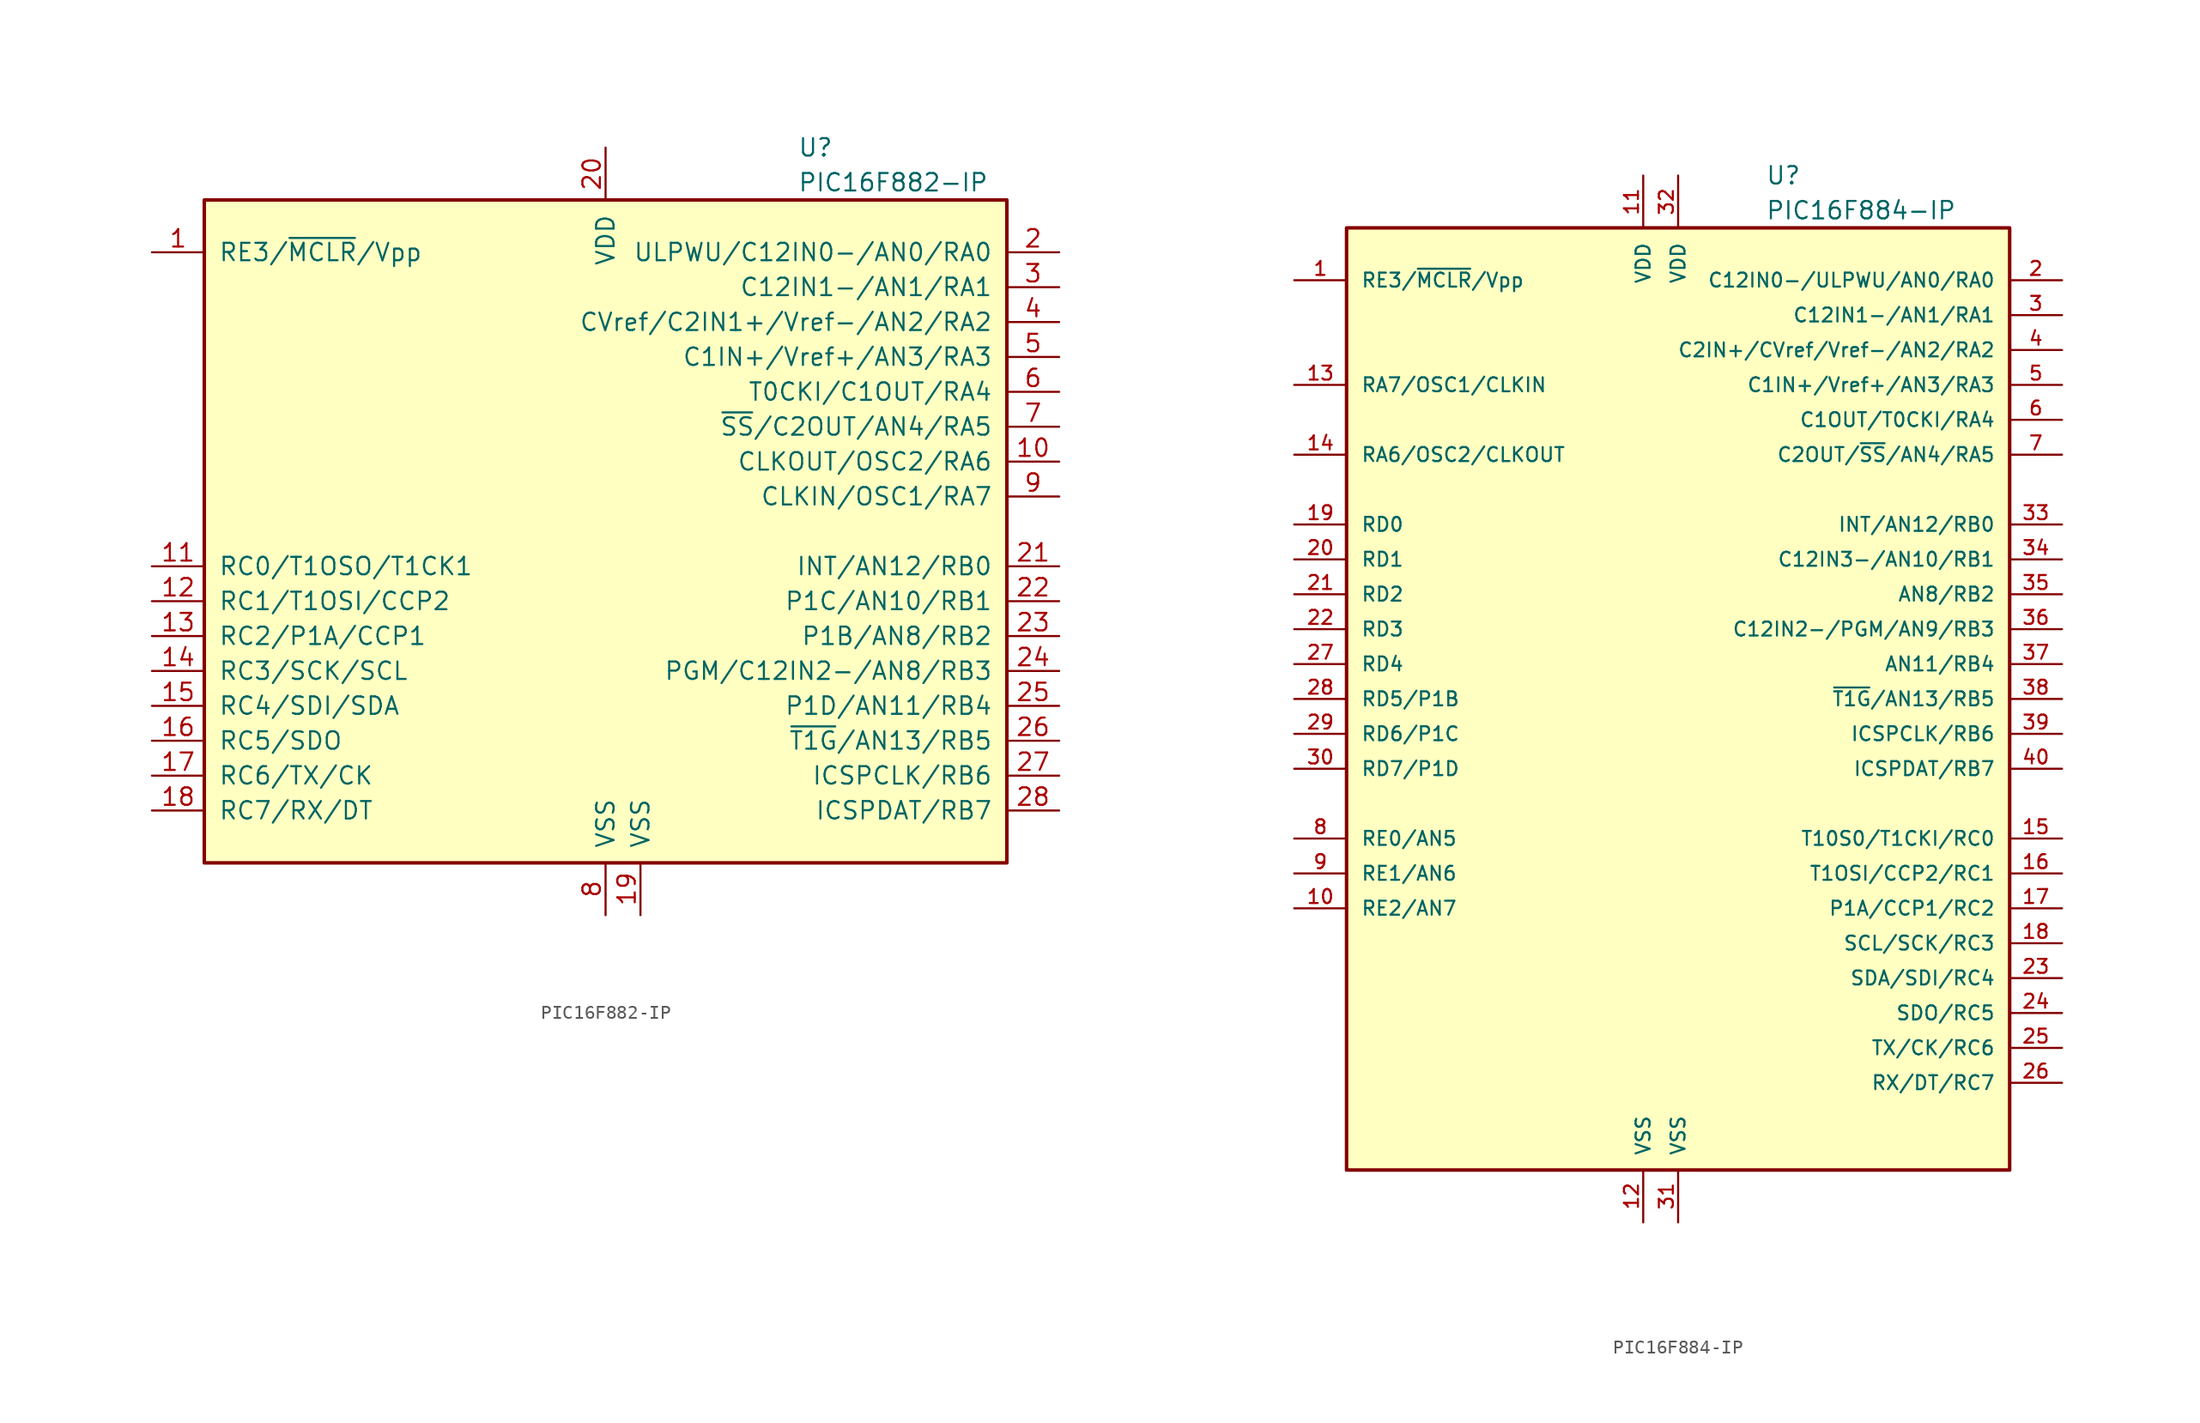
<source format=kicad_sym>
(kicad_symbol_lib
  (version 20220914)
  (generator kicad_symbol_editor)
  (symbol "PIC16F882-IP"
    (pin_names
      (offset 1.016))
    (property "Reference" "U"
      (at 13.97 27.94 0)
      (effects (font (size 1.27 1.27)) (justify left)))
    (property "Value" "PIC16F882-IP"
      (at 13.97 25.4 0)
      (effects (font (size 1.27 1.27)) (justify left)))
    (symbol "PIC16F882-IP_0_1"
      (rectangle (start -29.21 24.13) (end 29.21 -24.13) (stroke (width 0.254) (type default)) (fill (type background))))
    (symbol "PIC16F882-IP_1_1"
      (pin bidirectional line (at -33.02 20.32 0) (length 3.81) (name "RE3/~{MCLR}/Vpp" (effects (font (size 1.27 1.27)))) (number "1" (effects (font (size 1.27 1.27)))))
      (pin bidirectional line (at 33.02 5.08 180) (length 3.81) (name "CLKOUT/OSC2/RA6" (effects (font (size 1.27 1.27)))) (number "10" (effects (font (size 1.27 1.27)))))
      (pin bidirectional line (at -33.02 -2.54 0) (length 3.81) (name "RC0/T1OSO/T1CK1" (effects (font (size 1.27 1.27)))) (number "11" (effects (font (size 1.27 1.27)))))
      (pin bidirectional line (at -33.02 -5.08 0) (length 3.81) (name "RC1/T1OSI/CCP2" (effects (font (size 1.27 1.27)))) (number "12" (effects (font (size 1.27 1.27)))))
      (pin bidirectional line (at -33.02 -7.62 0) (length 3.81) (name "RC2/P1A/CCP1" (effects (font (size 1.27 1.27)))) (number "13" (effects (font (size 1.27 1.27)))))
      (pin bidirectional line (at -33.02 -10.16 0) (length 3.81) (name "RC3/SCK/SCL" (effects (font (size 1.27 1.27)))) (number "14" (effects (font (size 1.27 1.27)))))
      (pin bidirectional line (at -33.02 -12.7 0) (length 3.81) (name "RC4/SDI/SDA" (effects (font (size 1.27 1.27)))) (number "15" (effects (font (size 1.27 1.27)))))
      (pin bidirectional line (at -33.02 -15.24 0) (length 3.81) (name "RC5/SDO" (effects (font (size 1.27 1.27)))) (number "16" (effects (font (size 1.27 1.27)))))
      (pin bidirectional line (at -33.02 -17.78 0) (length 3.81) (name "RC6/TX/CK" (effects (font (size 1.27 1.27)))) (number "17" (effects (font (size 1.27 1.27)))))
      (pin bidirectional line (at -33.02 -20.32 0) (length 3.81) (name "RC7/RX/DT" (effects (font (size 1.27 1.27)))) (number "18" (effects (font (size 1.27 1.27)))))
      (pin power_in line (at 2.54 -27.94 90) (length 3.81) (name "VSS" (effects (font (size 1.27 1.27)))) (number "19" (effects (font (size 1.27 1.27)))))
      (pin bidirectional line (at 33.02 20.32 180) (length 3.81) (name "ULPWU/C12IN0-/AN0/RA0" (effects (font (size 1.27 1.27)))) (number "2" (effects (font (size 1.27 1.27)))))
      (pin power_in line (at 0 27.94 270) (length 3.81) (name "VDD" (effects (font (size 1.27 1.27)))) (number "20" (effects (font (size 1.27 1.27)))))
      (pin bidirectional line (at 33.02 -2.54 180) (length 3.81) (name "INT/AN12/RB0" (effects (font (size 1.27 1.27)))) (number "21" (effects (font (size 1.27 1.27)))))
      (pin bidirectional line (at 33.02 -5.08 180) (length 3.81) (name "P1C/AN10/RB1" (effects (font (size 1.27 1.27)))) (number "22" (effects (font (size 1.27 1.27)))))
      (pin bidirectional line (at 33.02 -7.62 180) (length 3.81) (name "P1B/AN8/RB2" (effects (font (size 1.27 1.27)))) (number "23" (effects (font (size 1.27 1.27)))))
      (pin bidirectional line (at 33.02 -10.16 180) (length 3.81) (name "PGM/C12IN2-/AN8/RB3" (effects (font (size 1.27 1.27)))) (number "24" (effects (font (size 1.27 1.27)))))
      (pin bidirectional line (at 33.02 -12.7 180) (length 3.81) (name "P1D/AN11/RB4" (effects (font (size 1.27 1.27)))) (number "25" (effects (font (size 1.27 1.27)))))
      (pin bidirectional line (at 33.02 -15.24 180) (length 3.81) (name "~{T1G}/AN13/RB5" (effects (font (size 1.27 1.27)))) (number "26" (effects (font (size 1.27 1.27)))))
      (pin bidirectional line (at 33.02 -17.78 180) (length 3.81) (name "ICSPCLK/RB6" (effects (font (size 1.27 1.27)))) (number "27" (effects (font (size 1.27 1.27)))))
      (pin bidirectional line (at 33.02 -20.32 180) (length 3.81) (name "ICSPDAT/RB7" (effects (font (size 1.27 1.27)))) (number "28" (effects (font (size 1.27 1.27)))))
      (pin bidirectional line (at 33.02 17.78 180) (length 3.81) (name "C12IN1-/AN1/RA1" (effects (font (size 1.27 1.27)))) (number "3" (effects (font (size 1.27 1.27)))))
      (pin bidirectional line (at 33.02 15.24 180) (length 3.81) (name "CVref/C2IN1+/Vref-/AN2/RA2" (effects (font (size 1.27 1.27)))) (number "4" (effects (font (size 1.27 1.27)))))
      (pin bidirectional line (at 33.02 12.7 180) (length 3.81) (name "C1IN+/Vref+/AN3/RA3" (effects (font (size 1.27 1.27)))) (number "5" (effects (font (size 1.27 1.27)))))
      (pin bidirectional line (at 33.02 10.16 180) (length 3.81) (name "T0CKI/C1OUT/RA4" (effects (font (size 1.27 1.27)))) (number "6" (effects (font (size 1.27 1.27)))))
      (pin bidirectional line (at 33.02 7.62 180) (length 3.81) (name "~{SS}/C2OUT/AN4/RA5" (effects (font (size 1.27 1.27)))) (number "7" (effects (font (size 1.27 1.27)))))
      (pin power_in line (at 0 -27.94 90) (length 3.81) (name "VSS" (effects (font (size 1.27 1.27)))) (number "8" (effects (font (size 1.27 1.27)))))
      (pin input line (at 33.02 2.54 180) (length 3.81) (name "CLKIN/OSC1/RA7" (effects (font (size 1.27 1.27)))) (number "9" (effects (font (size 1.27 1.27)))))))
  (symbol "PIC16F884-IP"
    (pin_names
      (offset 1.016))
    (property "Reference" "U"
      (at 6.35 38.1 0)
      (effects (font (size 1.27 1.27)) (justify left)))
    (property "Value" "PIC16F884-IP"
      (at 6.35 35.56 0)
      (effects (font (size 1.27 1.27)) (justify left)))
    (symbol "PIC16F884-IP_0_1"
      (rectangle (start -24.13 -34.29) (end 24.13 34.29) (stroke (width 0.254) (type default)) (fill (type background))))
    (symbol "PIC16F884-IP_1_1"
      (pin input line (at -27.94 30.48 0) (length 3.81) (name "RE3/~{MCLR}/Vpp" (effects (font (size 1.016 1.016)))) (number "1" (effects (font (size 1.016 1.016)))))
      (pin bidirectional line (at -27.94 -15.24 0) (length 3.81) (name "RE2/AN7" (effects (font (size 1.016 1.016)))) (number "10" (effects (font (size 1.016 1.016)))))
      (pin power_in line (at -2.54 38.1 270) (length 3.81) (name "VDD" (effects (font (size 1.016 1.016)))) (number "11" (effects (font (size 1.016 1.016)))))
      (pin power_in line (at -2.54 -38.1 90) (length 3.81) (name "VSS" (effects (font (size 1.016 1.016)))) (number "12" (effects (font (size 1.016 1.016)))))
      (pin bidirectional line (at -27.94 22.86 0) (length 3.81) (name "RA7/OSC1/CLKIN" (effects (font (size 1.016 1.016)))) (number "13" (effects (font (size 1.016 1.016)))))
      (pin bidirectional line (at -27.94 17.78 0) (length 3.81) (name "RA6/OSC2/CLKOUT" (effects (font (size 1.016 1.016)))) (number "14" (effects (font (size 1.016 1.016)))))
      (pin bidirectional line (at 27.94 -10.16 180) (length 3.81) (name "T10S0/T1CKI/RC0" (effects (font (size 1.016 1.016)))) (number "15" (effects (font (size 1.016 1.016)))))
      (pin bidirectional line (at 27.94 -12.7 180) (length 3.81) (name "T1OSI/CCP2/RC1" (effects (font (size 1.016 1.016)))) (number "16" (effects (font (size 1.016 1.016)))))
      (pin bidirectional line (at 27.94 -15.24 180) (length 3.81) (name "P1A/CCP1/RC2" (effects (font (size 1.016 1.016)))) (number "17" (effects (font (size 1.016 1.016)))))
      (pin bidirectional line (at 27.94 -17.78 180) (length 3.81) (name "SCL/SCK/RC3" (effects (font (size 1.016 1.016)))) (number "18" (effects (font (size 1.016 1.016)))))
      (pin bidirectional line (at -27.94 12.7 0) (length 3.81) (name "RD0" (effects (font (size 1.016 1.016)))) (number "19" (effects (font (size 1.016 1.016)))))
      (pin bidirectional line (at 27.94 30.48 180) (length 3.81) (name "C12IN0-/ULPWU/AN0/RA0" (effects (font (size 1.016 1.016)))) (number "2" (effects (font (size 1.016 1.016)))))
      (pin bidirectional line (at -27.94 10.16 0) (length 3.81) (name "RD1" (effects (font (size 1.016 1.016)))) (number "20" (effects (font (size 1.016 1.016)))))
      (pin bidirectional line (at -27.94 7.62 0) (length 3.81) (name "RD2" (effects (font (size 1.016 1.016)))) (number "21" (effects (font (size 1.016 1.016)))))
      (pin bidirectional line (at -27.94 5.08 0) (length 3.81) (name "RD3" (effects (font (size 1.016 1.016)))) (number "22" (effects (font (size 1.016 1.016)))))
      (pin bidirectional line (at 27.94 -20.32 180) (length 3.81) (name "SDA/SDI/RC4" (effects (font (size 1.016 1.016)))) (number "23" (effects (font (size 1.016 1.016)))))
      (pin bidirectional line (at 27.94 -22.86 180) (length 3.81) (name "SDO/RC5" (effects (font (size 1.016 1.016)))) (number "24" (effects (font (size 1.016 1.016)))))
      (pin bidirectional line (at 27.94 -25.4 180) (length 3.81) (name "TX/CK/RC6" (effects (font (size 1.016 1.016)))) (number "25" (effects (font (size 1.016 1.016)))))
      (pin bidirectional line (at 27.94 -27.94 180) (length 3.81) (name "RX/DT/RC7" (effects (font (size 1.016 1.016)))) (number "26" (effects (font (size 1.016 1.016)))))
      (pin bidirectional line (at -27.94 2.54 0) (length 3.81) (name "RD4" (effects (font (size 1.016 1.016)))) (number "27" (effects (font (size 1.016 1.016)))))
      (pin bidirectional line (at -27.94 0 0) (length 3.81) (name "RD5/P1B" (effects (font (size 1.016 1.016)))) (number "28" (effects (font (size 1.016 1.016)))))
      (pin bidirectional line (at -27.94 -2.54 0) (length 3.81) (name "RD6/P1C" (effects (font (size 1.016 1.016)))) (number "29" (effects (font (size 1.016 1.016)))))
      (pin bidirectional line (at 27.94 27.94 180) (length 3.81) (name "C12IN1-/AN1/RA1" (effects (font (size 1.016 1.016)))) (number "3" (effects (font (size 1.016 1.016)))))
      (pin bidirectional line (at -27.94 -5.08 0) (length 3.81) (name "RD7/P1D" (effects (font (size 1.016 1.016)))) (number "30" (effects (font (size 1.016 1.016)))))
      (pin power_in line (at 0 -38.1 90) (length 3.81) (name "VSS" (effects (font (size 1.016 1.016)))) (number "31" (effects (font (size 1.016 1.016)))))
      (pin power_in line (at 0 38.1 270) (length 3.81) (name "VDD" (effects (font (size 1.016 1.016)))) (number "32" (effects (font (size 1.016 1.016)))))
      (pin bidirectional line (at 27.94 12.7 180) (length 3.81) (name "INT/AN12/RB0" (effects (font (size 1.016 1.016)))) (number "33" (effects (font (size 1.016 1.016)))))
      (pin bidirectional line (at 27.94 10.16 180) (length 3.81) (name "C12IN3-/AN10/RB1" (effects (font (size 1.016 1.016)))) (number "34" (effects (font (size 1.016 1.016)))))
      (pin bidirectional line (at 27.94 7.62 180) (length 3.81) (name "AN8/RB2" (effects (font (size 1.016 1.016)))) (number "35" (effects (font (size 1.016 1.016)))))
      (pin bidirectional line (at 27.94 5.08 180) (length 3.81) (name "C12IN2-/PGM/AN9/RB3" (effects (font (size 1.016 1.016)))) (number "36" (effects (font (size 1.016 1.016)))))
      (pin bidirectional line (at 27.94 2.54 180) (length 3.81) (name "AN11/RB4" (effects (font (size 1.016 1.016)))) (number "37" (effects (font (size 1.016 1.016)))))
      (pin bidirectional line (at 27.94 0 180) (length 3.81) (name "~{T1G}/AN13/RB5" (effects (font (size 1.016 1.016)))) (number "38" (effects (font (size 1.016 1.016)))))
      (pin bidirectional line (at 27.94 -2.54 180) (length 3.81) (name "ICSPCLK/RB6" (effects (font (size 1.016 1.016)))) (number "39" (effects (font (size 1.016 1.016)))))
      (pin bidirectional line (at 27.94 25.4 180) (length 3.81) (name "C2IN+/CVref/Vref-/AN2/RA2" (effects (font (size 1.016 1.016)))) (number "4" (effects (font (size 1.016 1.016)))))
      (pin bidirectional line (at 27.94 -5.08 180) (length 3.81) (name "ICSPDAT/RB7" (effects (font (size 1.016 1.016)))) (number "40" (effects (font (size 1.016 1.016)))))
      (pin bidirectional line (at 27.94 22.86 180) (length 3.81) (name "C1IN+/Vref+/AN3/RA3" (effects (font (size 1.016 1.016)))) (number "5" (effects (font (size 1.016 1.016)))))
      (pin bidirectional line (at 27.94 20.32 180) (length 3.81) (name "C1OUT/T0CKI/RA4" (effects (font (size 1.016 1.016)))) (number "6" (effects (font (size 1.016 1.016)))))
      (pin bidirectional line (at 27.94 17.78 180) (length 3.81) (name "C2OUT/~{SS}/AN4/RA5" (effects (font (size 1.016 1.016)))) (number "7" (effects (font (size 1.016 1.016)))))
      (pin bidirectional line (at -27.94 -10.16 0) (length 3.81) (name "RE0/AN5" (effects (font (size 1.016 1.016)))) (number "8" (effects (font (size 1.016 1.016)))))
      (pin bidirectional line (at -27.94 -12.7 0) (length 3.81) (name "RE1/AN6" (effects (font (size 1.016 1.016)))) (number "9" (effects (font (size 1.016 1.016))))))))
</source>
